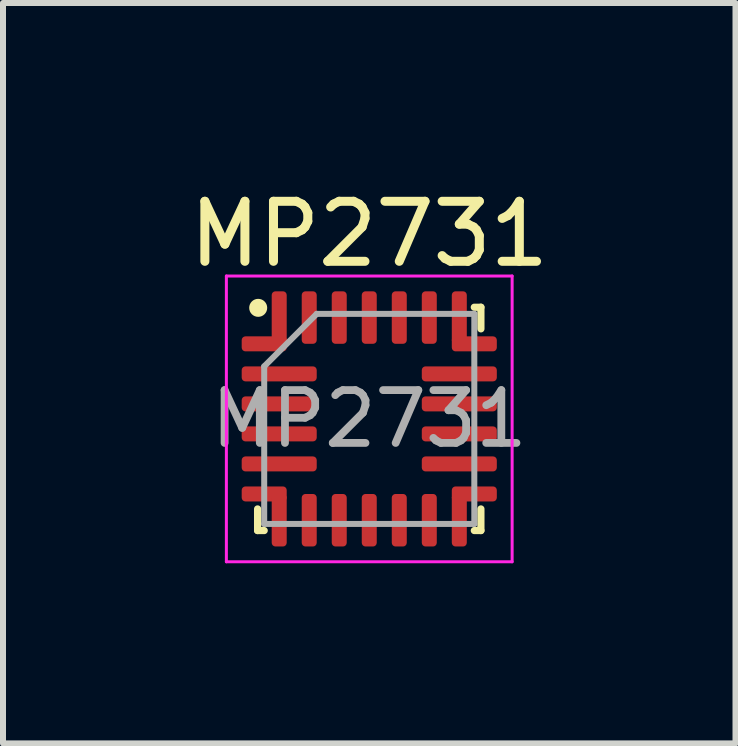
<source format=kicad_pcb>
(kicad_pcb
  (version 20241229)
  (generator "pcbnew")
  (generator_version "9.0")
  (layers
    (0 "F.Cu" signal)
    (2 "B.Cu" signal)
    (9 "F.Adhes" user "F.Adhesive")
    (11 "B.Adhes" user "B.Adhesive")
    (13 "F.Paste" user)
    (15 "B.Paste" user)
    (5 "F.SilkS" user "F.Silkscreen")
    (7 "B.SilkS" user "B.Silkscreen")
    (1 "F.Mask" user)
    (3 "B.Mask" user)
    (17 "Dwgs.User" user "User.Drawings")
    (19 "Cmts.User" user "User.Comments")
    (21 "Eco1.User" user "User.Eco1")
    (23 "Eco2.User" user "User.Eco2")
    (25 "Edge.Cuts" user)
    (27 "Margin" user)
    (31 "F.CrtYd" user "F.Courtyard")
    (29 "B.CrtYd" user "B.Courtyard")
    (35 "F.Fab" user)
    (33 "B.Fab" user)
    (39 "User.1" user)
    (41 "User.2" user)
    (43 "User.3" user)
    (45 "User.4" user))
  (footprint "MP2731"
    (layer "F.Cu")
    (at 3.101 3.928)
    (property "Reference" "MP2731" (at 0 -3.08 0) (layer "F.SilkS") (effects (font (size 1 1) (thickness 0.15))))
    (attr smd)
    (fp_line (start -1.86 1.86) (end -1.86 1.5) (stroke (width 0.12) (type solid)) (layer "F.SilkS"))
    (fp_line (start -1.75 1.86) (end -1.86 1.86) (stroke (width 0.12) (type solid)) (layer "F.SilkS"))
    (fp_line (start 1.75 -1.86) (end 1.86 -1.86) (stroke (width 0.12) (type solid)) (layer "F.SilkS"))
    (fp_line (start 1.75 1.86) (end 1.86 1.86) (stroke (width 0.12) (type solid)) (layer "F.SilkS"))
    (fp_line (start 1.86 -1.86) (end 1.86 -1.5) (stroke (width 0.12) (type solid)) (layer "F.SilkS"))
    (fp_line (start 1.86 1.86) (end 1.86 1.5) (stroke (width 0.12) (type solid)) (layer "F.SilkS"))
    (fp_circle (center -1.85 -1.85) (end -1.7 -1.85) (stroke (width 0) (type solid)) (fill yes) (layer "F.SilkS"))
    (fp_line (start -2.38 -2.38) (end -2.38 2.38) (stroke (width 0.05) (type solid)) (layer "F.CrtYd"))
    (fp_line (start -2.38 2.38) (end 2.38 2.38) (stroke (width 0.05) (type solid)) (layer "F.CrtYd"))
    (fp_line (start 2.38 -2.38) (end -2.38 -2.38) (stroke (width 0.05) (type solid)) (layer "F.CrtYd"))
    (fp_line (start 2.38 2.38) (end 2.38 -2.38) (stroke (width 0.05) (type solid)) (layer "F.CrtYd"))
    (fp_line (start -1.75 -0.875) (end -0.875 -1.75) (stroke (width 0.1) (type solid)) (layer "F.Fab"))
    (fp_line (start -1.75 1.75) (end -1.75 -0.875) (stroke (width 0.1) (type solid)) (layer "F.Fab"))
    (fp_line (start -0.875 -1.75) (end 1.75 -1.75) (stroke (width 0.1) (type solid)) (layer "F.Fab"))
    (fp_line (start 1.75 -1.75) (end 1.75 1.75) (stroke (width 0.1) (type solid)) (layer "F.Fab"))
    (fp_line (start 1.75 1.75) (end -1.75 1.75) (stroke (width 0.1) (type solid)) (layer "F.Fab"))
    (fp_text user "${REFERENCE}" (at 0 0 0) (layer "F.Fab") (effects (font (size 0.88 0.88) (thickness 0.13))))
    (pad "1" smd roundrect (at -1.75 -1.25) (size 0.75 0.25) (layers "F.Cu" "F.Mask" "F.Paste") (roundrect_rratio 0.25))
    (pad "1" smd roundrect (at -1.5 -1.688) (size 0.25 0.875) (layers "F.Cu" "F.Mask" "F.Paste") (roundrect_rratio 0.25))
    (pad "2" smd roundrect (at -1.5 -0.75) (size 1.25 0.25) (layers "F.Cu" "F.Mask" "F.Paste") (roundrect_rratio 0.25))
    (pad "3" smd roundrect (at -1.5 -0.25) (size 1.25 0.25) (layers "F.Cu" "F.Mask" "F.Paste") (roundrect_rratio 0.25))
    (pad "4" smd roundrect (at -1.5 0.25) (size 1.25 0.25) (layers "F.Cu" "F.Mask" "F.Paste") (roundrect_rratio 0.25))
    (pad "5" smd roundrect (at -1.75 1.25) (size 0.75 0.25) (layers "F.Cu" "F.Mask" "F.Paste") (roundrect_rratio 0.25))
    (pad "5" smd roundrect (at -1.5 0.75) (size 1.25 0.25) (layers "F.Cu" "F.Mask" "F.Paste") (roundrect_rratio 0.25))
    (pad "5" smd roundrect (at -1.5 1.688) (size 0.25 0.875) (layers "F.Cu" "F.Mask" "F.Paste") (roundrect_rratio 0.25))
    (pad "8" smd roundrect (at -1 1.688) (size 0.25 0.875) (layers "F.Cu" "F.Mask" "F.Paste") (roundrect_rratio 0.25))
    (pad "9" smd roundrect (at -0.5 1.688) (size 0.25 0.875) (layers "F.Cu" "F.Mask" "F.Paste") (roundrect_rratio 0.25))
    (pad "10" smd roundrect (at 0 1.688) (size 0.25 0.875) (layers "F.Cu" "F.Mask" "F.Paste") (roundrect_rratio 0.25))
    (pad "11" smd roundrect (at 0.5 1.688) (size 0.25 0.875) (layers "F.Cu" "F.Mask" "F.Paste") (roundrect_rratio 0.25))
    (pad "12" smd roundrect (at 1 1.688) (size 0.25 0.875) (layers "F.Cu" "F.Mask" "F.Paste") (roundrect_rratio 0.25))
    (pad "13" smd roundrect (at 1.5 1.688) (size 0.25 0.875) (layers "F.Cu" "F.Mask" "F.Paste") (roundrect_rratio 0.25))
    (pad "13" smd roundrect (at 1.75 1.25) (size 0.75 0.25) (layers "F.Cu" "F.Mask" "F.Paste") (roundrect_rratio 0.25))
    (pad "15" smd roundrect (at 1.5 0.75) (size 1.25 0.25) (layers "F.Cu" "F.Mask" "F.Paste") (roundrect_rratio 0.25))
    (pad "16" smd roundrect (at 1.5 0.25) (size 1.25 0.25) (layers "F.Cu" "F.Mask" "F.Paste") (roundrect_rratio 0.25))
    (pad "17" smd roundrect (at 1.5 -0.25) (size 1.25 0.25) (layers "F.Cu" "F.Mask" "F.Paste") (roundrect_rratio 0.25))
    (pad "18" smd roundrect (at 1.5 -0.75) (size 1.25 0.25) (layers "F.Cu" "F.Mask" "F.Paste") (roundrect_rratio 0.25))
    (pad "19" smd roundrect (at 1.5 -1.688) (size 0.25 0.875) (layers "F.Cu" "F.Mask" "F.Paste") (roundrect_rratio 0.25))
    (pad "19" smd roundrect (at 1.75 -1.25) (size 0.75 0.25) (layers "F.Cu" "F.Mask" "F.Paste") (roundrect_rratio 0.25))
    (pad "21" smd roundrect (at 1 -1.688) (size 0.25 0.875) (layers "F.Cu" "F.Mask" "F.Paste") (roundrect_rratio 0.25))
    (pad "22" smd roundrect (at 0.5 -1.688) (size 0.25 0.875) (layers "F.Cu" "F.Mask" "F.Paste") (roundrect_rratio 0.25))
    (pad "23" smd roundrect (at 0 -1.688) (size 0.25 0.875) (layers "F.Cu" "F.Mask" "F.Paste") (roundrect_rratio 0.25))
    (pad "24" smd roundrect (at -0.5 -1.688) (size 0.25 0.875) (layers "F.Cu" "F.Mask" "F.Paste") (roundrect_rratio 0.25))
    (pad "25" smd roundrect (at -1 -1.688) (size 0.25 0.875) (layers "F.Cu" "F.Mask" "F.Paste") (roundrect_rratio 0.25)))
  (gr_rect
    (start -3 -3)
    (end 9.202 9.333)
    (stroke (width 0.1) (type default))
    (fill no)
    (layer "Edge.Cuts")))
</source>
